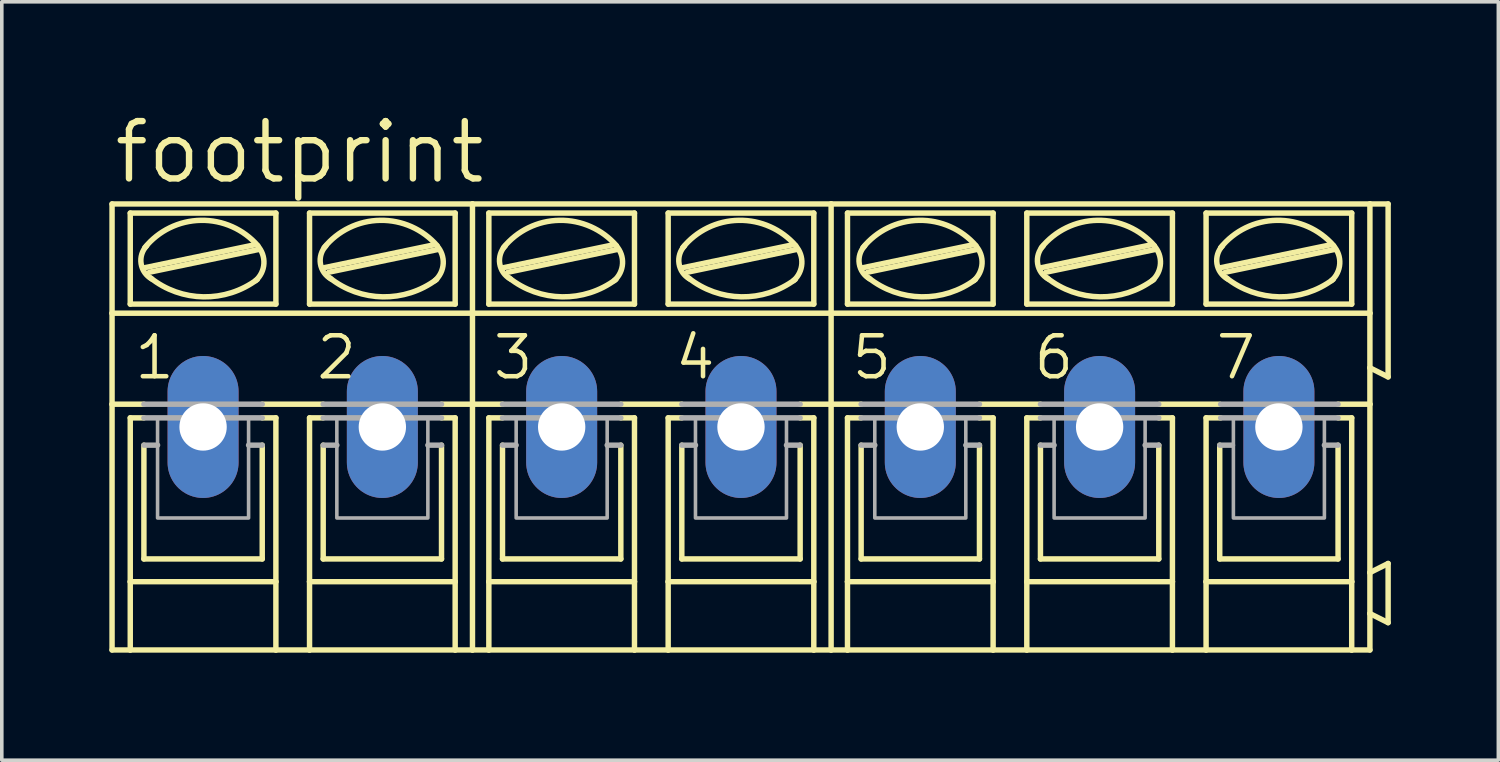
<source format=kicad_pcb>
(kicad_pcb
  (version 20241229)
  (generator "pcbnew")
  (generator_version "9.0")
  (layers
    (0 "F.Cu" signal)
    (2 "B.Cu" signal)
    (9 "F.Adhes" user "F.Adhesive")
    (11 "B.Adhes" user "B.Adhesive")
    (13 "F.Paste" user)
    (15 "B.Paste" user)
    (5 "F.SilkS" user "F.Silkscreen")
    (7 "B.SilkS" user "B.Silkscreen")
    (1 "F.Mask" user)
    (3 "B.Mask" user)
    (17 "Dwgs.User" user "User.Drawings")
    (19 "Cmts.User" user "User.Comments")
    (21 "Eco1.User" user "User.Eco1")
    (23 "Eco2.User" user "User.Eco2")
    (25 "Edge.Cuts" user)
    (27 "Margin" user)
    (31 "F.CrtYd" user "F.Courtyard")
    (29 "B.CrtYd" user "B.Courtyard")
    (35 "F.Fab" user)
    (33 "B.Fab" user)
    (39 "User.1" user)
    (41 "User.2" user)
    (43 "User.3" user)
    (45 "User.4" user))
  (footprint "footprint"
    (layer "F.Cu")
    (at 17.628 8.865)
    (property "Reference" "footprint" (at -17.577 -6.731 0) (layer "F.SilkS") (effects (font (size 1.6 1.6) (thickness 0.178)) (justify left bottom)))
    (fp_line (start -17.551 -6.223) (end -7.493 -6.223) (stroke (width 0.152) (type solid)) (layer "F.SilkS"))
    (fp_line (start -17.551 -3.175) (end -17.551 -6.223) (stroke (width 0.152) (type solid)) (layer "F.SilkS"))
    (fp_line (start -17.551 -3.175) (end -7.493 -3.175) (stroke (width 0.152) (type solid)) (layer "F.SilkS"))
    (fp_line (start -17.551 -0.635) (end -17.551 -3.175) (stroke (width 0.152) (type solid)) (layer "F.SilkS"))
    (fp_line (start -17.551 -0.635) (end -16.662 -0.635) (stroke (width 0.152) (type solid)) (layer "F.SilkS"))
    (fp_line (start -17.551 6.223) (end -17.551 -0.635) (stroke (width 0.152) (type solid)) (layer "F.SilkS"))
    (fp_line (start -17.551 6.223) (end -17.043 6.223) (stroke (width 0.152) (type solid)) (layer "F.SilkS"))
    (fp_line (start -17.043 -3.429) (end -17.043 -5.969) (stroke (width 0.152) (type solid)) (layer "F.SilkS"))
    (fp_line (start -17.043 -0.254) (end -17.043 4.318) (stroke (width 0.152) (type solid)) (layer "F.SilkS"))
    (fp_line (start -17.043 -0.254) (end -16.662 -0.254) (stroke (width 0.152) (type solid)) (layer "F.SilkS"))
    (fp_line (start -17.043 4.318) (end -17.043 6.223) (stroke (width 0.152) (type solid)) (layer "F.SilkS"))
    (fp_line (start -17.043 6.223) (end -12.979 6.223) (stroke (width 0.152) (type solid)) (layer "F.SilkS"))
    (fp_line (start -16.662 3.683) (end -16.662 0.508) (stroke (width 0.152) (type solid)) (layer "F.SilkS"))
    (fp_line (start -16.637 -4.445) (end -13.589 -5.08) (stroke (width 0.152) (type solid)) (layer "F.SilkS"))
    (fp_line (start -16.51 -4.318) (end -13.462 -4.953) (stroke (width 0.152) (type solid)) (layer "F.SilkS"))
    (fp_line (start -13.36 -0.635) (end -11.659 -0.635) (stroke (width 0.152) (type solid)) (layer "F.SilkS"))
    (fp_line (start -13.36 3.683) (end -16.662 3.683) (stroke (width 0.152) (type solid)) (layer "F.SilkS"))
    (fp_line (start -13.36 3.683) (end -13.36 0.508) (stroke (width 0.152) (type solid)) (layer "F.SilkS"))
    (fp_line (start -12.979 -5.969) (end -17.043 -5.969) (stroke (width 0.152) (type solid)) (layer "F.SilkS"))
    (fp_line (start -12.979 -3.429) (end -17.043 -3.429) (stroke (width 0.152) (type solid)) (layer "F.SilkS"))
    (fp_line (start -12.979 -3.429) (end -12.979 -5.969) (stroke (width 0.152) (type solid)) (layer "F.SilkS"))
    (fp_line (start -12.979 -0.254) (end -13.36 -0.254) (stroke (width 0.152) (type solid)) (layer "F.SilkS"))
    (fp_line (start -12.979 4.318) (end -17.043 4.318) (stroke (width 0.152) (type solid)) (layer "F.SilkS"))
    (fp_line (start -12.979 4.318) (end -12.979 -0.254) (stroke (width 0.152) (type solid)) (layer "F.SilkS"))
    (fp_line (start -12.979 6.223) (end -12.979 4.318) (stroke (width 0.152) (type solid)) (layer "F.SilkS"))
    (fp_line (start -12.979 6.223) (end -12.04 6.223) (stroke (width 0.152) (type solid)) (layer "F.SilkS"))
    (fp_line (start -12.04 -5.969) (end -7.976 -5.969) (stroke (width 0.152) (type solid)) (layer "F.SilkS"))
    (fp_line (start -12.04 -3.429) (end -12.04 -5.969) (stroke (width 0.152) (type solid)) (layer "F.SilkS"))
    (fp_line (start -12.04 -0.254) (end -11.659 -0.254) (stroke (width 0.152) (type solid)) (layer "F.SilkS"))
    (fp_line (start -12.04 4.318) (end -12.04 -0.254) (stroke (width 0.152) (type solid)) (layer "F.SilkS"))
    (fp_line (start -12.04 4.318) (end -7.976 4.318) (stroke (width 0.152) (type solid)) (layer "F.SilkS"))
    (fp_line (start -12.04 6.223) (end -12.04 4.318) (stroke (width 0.152) (type solid)) (layer "F.SilkS"))
    (fp_line (start -12.04 6.223) (end -7.976 6.223) (stroke (width 0.152) (type solid)) (layer "F.SilkS"))
    (fp_line (start -11.659 3.683) (end -11.659 0.508) (stroke (width 0.152) (type solid)) (layer "F.SilkS"))
    (fp_line (start -11.633 -4.445) (end -8.585 -5.08) (stroke (width 0.152) (type solid)) (layer "F.SilkS"))
    (fp_line (start -11.506 -4.318) (end -8.458 -4.953) (stroke (width 0.152) (type solid)) (layer "F.SilkS"))
    (fp_line (start -8.357 3.683) (end -11.659 3.683) (stroke (width 0.152) (type solid)) (layer "F.SilkS"))
    (fp_line (start -8.357 3.683) (end -8.357 0.508) (stroke (width 0.152) (type solid)) (layer "F.SilkS"))
    (fp_line (start -7.976 -5.969) (end -7.976 -3.429) (stroke (width 0.152) (type solid)) (layer "F.SilkS"))
    (fp_line (start -7.976 -3.429) (end -12.04 -3.429) (stroke (width 0.152) (type solid)) (layer "F.SilkS"))
    (fp_line (start -7.976 -0.254) (end -8.357 -0.254) (stroke (width 0.152) (type solid)) (layer "F.SilkS"))
    (fp_line (start -7.976 -0.254) (end -7.976 4.318) (stroke (width 0.152) (type solid)) (layer "F.SilkS"))
    (fp_line (start -7.976 4.318) (end -7.976 6.223) (stroke (width 0.152) (type solid)) (layer "F.SilkS"))
    (fp_line (start -7.976 6.223) (end -7.493 6.223) (stroke (width 0.152) (type solid)) (layer "F.SilkS"))
    (fp_line (start -7.493 -3.175) (end -7.493 -6.223) (stroke (width 0.152) (type solid)) (layer "F.SilkS"))
    (fp_line (start -7.493 -3.175) (end 2.515 -3.175) (stroke (width 0.152) (type solid)) (layer "F.SilkS"))
    (fp_line (start -7.493 -0.635) (end -8.357 -0.635) (stroke (width 0.152) (type solid)) (layer "F.SilkS"))
    (fp_line (start -7.493 -0.635) (end -7.493 -3.175) (stroke (width 0.152) (type solid)) (layer "F.SilkS"))
    (fp_line (start -7.493 -0.635) (end -6.655 -0.635) (stroke (width 0.152) (type solid)) (layer "F.SilkS"))
    (fp_line (start -7.493 6.223) (end -7.493 -0.635) (stroke (width 0.152) (type solid)) (layer "F.SilkS"))
    (fp_line (start -7.493 6.223) (end -7.036 6.223) (stroke (width 0.152) (type solid)) (layer "F.SilkS"))
    (fp_line (start -7.036 -3.429) (end -7.036 -5.969) (stroke (width 0.152) (type solid)) (layer "F.SilkS"))
    (fp_line (start -7.036 -0.254) (end -7.036 4.318) (stroke (width 0.152) (type solid)) (layer "F.SilkS"))
    (fp_line (start -7.036 -0.254) (end -6.655 -0.254) (stroke (width 0.152) (type solid)) (layer "F.SilkS"))
    (fp_line (start -7.036 4.318) (end -7.036 6.223) (stroke (width 0.152) (type solid)) (layer "F.SilkS"))
    (fp_line (start -7.036 6.223) (end -2.972 6.223) (stroke (width 0.152) (type solid)) (layer "F.SilkS"))
    (fp_line (start -6.655 3.683) (end -6.655 0.508) (stroke (width 0.152) (type solid)) (layer "F.SilkS"))
    (fp_line (start -6.629 -4.445) (end -3.581 -5.08) (stroke (width 0.152) (type solid)) (layer "F.SilkS"))
    (fp_line (start -6.502 -4.318) (end -3.454 -4.953) (stroke (width 0.152) (type solid)) (layer "F.SilkS"))
    (fp_line (start -3.353 -0.635) (end -1.651 -0.635) (stroke (width 0.152) (type solid)) (layer "F.SilkS"))
    (fp_line (start -3.353 3.683) (end -6.655 3.683) (stroke (width 0.152) (type solid)) (layer "F.SilkS"))
    (fp_line (start -3.353 3.683) (end -3.353 0.508) (stroke (width 0.152) (type solid)) (layer "F.SilkS"))
    (fp_line (start -2.972 -5.969) (end -7.036 -5.969) (stroke (width 0.152) (type solid)) (layer "F.SilkS"))
    (fp_line (start -2.972 -3.429) (end -7.036 -3.429) (stroke (width 0.152) (type solid)) (layer "F.SilkS"))
    (fp_line (start -2.972 -3.429) (end -2.972 -5.969) (stroke (width 0.152) (type solid)) (layer "F.SilkS"))
    (fp_line (start -2.972 -0.254) (end -3.353 -0.254) (stroke (width 0.152) (type solid)) (layer "F.SilkS"))
    (fp_line (start -2.972 4.318) (end -7.036 4.318) (stroke (width 0.152) (type solid)) (layer "F.SilkS"))
    (fp_line (start -2.972 4.318) (end -2.972 -0.254) (stroke (width 0.152) (type solid)) (layer "F.SilkS"))
    (fp_line (start -2.972 6.223) (end -2.972 4.318) (stroke (width 0.152) (type solid)) (layer "F.SilkS"))
    (fp_line (start -2.972 6.223) (end -2.032 6.223) (stroke (width 0.152) (type solid)) (layer "F.SilkS"))
    (fp_line (start -2.032 -5.969) (end 2.032 -5.969) (stroke (width 0.152) (type solid)) (layer "F.SilkS"))
    (fp_line (start -2.032 -3.429) (end -2.032 -5.969) (stroke (width 0.152) (type solid)) (layer "F.SilkS"))
    (fp_line (start -2.032 -0.254) (end -1.651 -0.254) (stroke (width 0.152) (type solid)) (layer "F.SilkS"))
    (fp_line (start -2.032 4.318) (end -2.032 -0.254) (stroke (width 0.152) (type solid)) (layer "F.SilkS"))
    (fp_line (start -2.032 4.318) (end 2.032 4.318) (stroke (width 0.152) (type solid)) (layer "F.SilkS"))
    (fp_line (start -2.032 6.223) (end -2.032 4.318) (stroke (width 0.152) (type solid)) (layer "F.SilkS"))
    (fp_line (start -2.032 6.223) (end 2.032 6.223) (stroke (width 0.152) (type solid)) (layer "F.SilkS"))
    (fp_line (start -1.651 3.683) (end -1.651 0.508) (stroke (width 0.152) (type solid)) (layer "F.SilkS"))
    (fp_line (start -1.626 -4.445) (end 1.422 -5.08) (stroke (width 0.152) (type solid)) (layer "F.SilkS"))
    (fp_line (start -1.499 -4.318) (end 1.549 -4.953) (stroke (width 0.152) (type solid)) (layer "F.SilkS"))
    (fp_line (start 1.651 3.683) (end -1.651 3.683) (stroke (width 0.152) (type solid)) (layer "F.SilkS"))
    (fp_line (start 1.651 3.683) (end 1.651 0.508) (stroke (width 0.152) (type solid)) (layer "F.SilkS"))
    (fp_line (start 2.032 -5.969) (end 2.032 -3.429) (stroke (width 0.152) (type solid)) (layer "F.SilkS"))
    (fp_line (start 2.032 -3.429) (end -2.032 -3.429) (stroke (width 0.152) (type solid)) (layer "F.SilkS"))
    (fp_line (start 2.032 -0.254) (end 1.651 -0.254) (stroke (width 0.152) (type solid)) (layer "F.SilkS"))
    (fp_line (start 2.032 -0.254) (end 2.032 4.318) (stroke (width 0.152) (type solid)) (layer "F.SilkS"))
    (fp_line (start 2.032 4.318) (end 2.032 6.223) (stroke (width 0.152) (type solid)) (layer "F.SilkS"))
    (fp_line (start 2.032 6.223) (end 2.515 6.223) (stroke (width 0.152) (type solid)) (layer "F.SilkS"))
    (fp_line (start 2.515 -6.223) (end -7.493 -6.223) (stroke (width 0.152) (type solid)) (layer "F.SilkS"))
    (fp_line (start 2.515 -3.175) (end 2.515 -6.223) (stroke (width 0.152) (type solid)) (layer "F.SilkS"))
    (fp_line (start 2.515 -3.175) (end 17.551 -3.175) (stroke (width 0.152) (type solid)) (layer "F.SilkS"))
    (fp_line (start 2.515 -0.635) (end 1.651 -0.635) (stroke (width 0.152) (type solid)) (layer "F.SilkS"))
    (fp_line (start 2.515 -0.635) (end 2.515 -3.175) (stroke (width 0.152) (type solid)) (layer "F.SilkS"))
    (fp_line (start 2.515 -0.635) (end 3.353 -0.635) (stroke (width 0.152) (type solid)) (layer "F.SilkS"))
    (fp_line (start 2.515 6.223) (end 2.515 -0.635) (stroke (width 0.152) (type solid)) (layer "F.SilkS"))
    (fp_line (start 2.515 6.223) (end 2.972 6.223) (stroke (width 0.152) (type solid)) (layer "F.SilkS"))
    (fp_line (start 2.972 -3.429) (end 2.972 -5.969) (stroke (width 0.152) (type solid)) (layer "F.SilkS"))
    (fp_line (start 2.972 -0.254) (end 2.972 4.318) (stroke (width 0.152) (type solid)) (layer "F.SilkS"))
    (fp_line (start 2.972 -0.254) (end 3.353 -0.254) (stroke (width 0.152) (type solid)) (layer "F.SilkS"))
    (fp_line (start 2.972 4.318) (end 2.972 6.223) (stroke (width 0.152) (type solid)) (layer "F.SilkS"))
    (fp_line (start 2.972 6.223) (end 7.036 6.223) (stroke (width 0.152) (type solid)) (layer "F.SilkS"))
    (fp_line (start 3.353 3.683) (end 3.353 0.508) (stroke (width 0.152) (type solid)) (layer "F.SilkS"))
    (fp_line (start 3.404 -4.445) (end 6.452 -5.08) (stroke (width 0.152) (type solid)) (layer "F.SilkS"))
    (fp_line (start 3.531 -4.318) (end 6.579 -4.953) (stroke (width 0.152) (type solid)) (layer "F.SilkS"))
    (fp_line (start 6.655 -0.635) (end 8.357 -0.635) (stroke (width 0.152) (type solid)) (layer "F.SilkS"))
    (fp_line (start 6.655 3.683) (end 3.353 3.683) (stroke (width 0.152) (type solid)) (layer "F.SilkS"))
    (fp_line (start 6.655 3.683) (end 6.655 0.508) (stroke (width 0.152) (type solid)) (layer "F.SilkS"))
    (fp_line (start 7.036 -5.969) (end 2.972 -5.969) (stroke (width 0.152) (type solid)) (layer "F.SilkS"))
    (fp_line (start 7.036 -3.429) (end 2.972 -3.429) (stroke (width 0.152) (type solid)) (layer "F.SilkS"))
    (fp_line (start 7.036 -3.429) (end 7.036 -5.969) (stroke (width 0.152) (type solid)) (layer "F.SilkS"))
    (fp_line (start 7.036 -0.254) (end 6.655 -0.254) (stroke (width 0.152) (type solid)) (layer "F.SilkS"))
    (fp_line (start 7.036 4.318) (end 2.972 4.318) (stroke (width 0.152) (type solid)) (layer "F.SilkS"))
    (fp_line (start 7.036 4.318) (end 7.036 -0.254) (stroke (width 0.152) (type solid)) (layer "F.SilkS"))
    (fp_line (start 7.036 6.223) (end 7.036 4.318) (stroke (width 0.152) (type solid)) (layer "F.SilkS"))
    (fp_line (start 7.036 6.223) (end 7.976 6.223) (stroke (width 0.152) (type solid)) (layer "F.SilkS"))
    (fp_line (start 7.976 -5.969) (end 12.04 -5.969) (stroke (width 0.152) (type solid)) (layer "F.SilkS"))
    (fp_line (start 7.976 -3.429) (end 7.976 -5.969) (stroke (width 0.152) (type solid)) (layer "F.SilkS"))
    (fp_line (start 7.976 -0.254) (end 8.357 -0.254) (stroke (width 0.152) (type solid)) (layer "F.SilkS"))
    (fp_line (start 7.976 4.318) (end 7.976 -0.254) (stroke (width 0.152) (type solid)) (layer "F.SilkS"))
    (fp_line (start 7.976 4.318) (end 12.04 4.318) (stroke (width 0.152) (type solid)) (layer "F.SilkS"))
    (fp_line (start 7.976 6.223) (end 7.976 4.318) (stroke (width 0.152) (type solid)) (layer "F.SilkS"))
    (fp_line (start 7.976 6.223) (end 12.04 6.223) (stroke (width 0.152) (type solid)) (layer "F.SilkS"))
    (fp_line (start 8.357 3.683) (end 8.357 0.508) (stroke (width 0.152) (type solid)) (layer "F.SilkS"))
    (fp_line (start 8.382 -4.445) (end 11.43 -5.08) (stroke (width 0.152) (type solid)) (layer "F.SilkS"))
    (fp_line (start 8.509 -4.318) (end 11.557 -4.953) (stroke (width 0.152) (type solid)) (layer "F.SilkS"))
    (fp_line (start 11.659 3.683) (end 8.357 3.683) (stroke (width 0.152) (type solid)) (layer "F.SilkS"))
    (fp_line (start 11.659 3.683) (end 11.659 0.508) (stroke (width 0.152) (type solid)) (layer "F.SilkS"))
    (fp_line (start 11.684 -0.635) (end 13.36 -0.635) (stroke (width 0.152) (type solid)) (layer "F.SilkS"))
    (fp_line (start 12.04 -5.969) (end 12.04 -3.429) (stroke (width 0.152) (type solid)) (layer "F.SilkS"))
    (fp_line (start 12.04 -3.429) (end 7.976 -3.429) (stroke (width 0.152) (type solid)) (layer "F.SilkS"))
    (fp_line (start 12.04 -0.254) (end 11.659 -0.254) (stroke (width 0.152) (type solid)) (layer "F.SilkS"))
    (fp_line (start 12.04 -0.254) (end 12.04 4.318) (stroke (width 0.152) (type solid)) (layer "F.SilkS"))
    (fp_line (start 12.04 4.318) (end 12.04 6.223) (stroke (width 0.152) (type solid)) (layer "F.SilkS"))
    (fp_line (start 12.04 6.223) (end 12.979 6.223) (stroke (width 0.152) (type solid)) (layer "F.SilkS"))
    (fp_line (start 12.979 -5.969) (end 17.043 -5.969) (stroke (width 0.152) (type solid)) (layer "F.SilkS"))
    (fp_line (start 12.979 -3.429) (end 12.979 -5.969) (stroke (width 0.152) (type solid)) (layer "F.SilkS"))
    (fp_line (start 12.979 -0.254) (end 13.386 -0.254) (stroke (width 0.152) (type solid)) (layer "F.SilkS"))
    (fp_line (start 12.979 4.318) (end 12.979 -0.254) (stroke (width 0.152) (type solid)) (layer "F.SilkS"))
    (fp_line (start 12.979 4.318) (end 17.043 4.318) (stroke (width 0.152) (type solid)) (layer "F.SilkS"))
    (fp_line (start 12.979 6.223) (end 12.979 4.318) (stroke (width 0.152) (type solid)) (layer "F.SilkS"))
    (fp_line (start 12.979 6.223) (end 17.043 6.223) (stroke (width 0.152) (type solid)) (layer "F.SilkS"))
    (fp_line (start 13.36 3.683) (end 13.36 0.508) (stroke (width 0.152) (type solid)) (layer "F.SilkS"))
    (fp_line (start 13.386 -4.445) (end 16.434 -5.08) (stroke (width 0.152) (type solid)) (layer "F.SilkS"))
    (fp_line (start 13.513 -4.318) (end 16.561 -4.953) (stroke (width 0.152) (type solid)) (layer "F.SilkS"))
    (fp_line (start 16.662 3.683) (end 13.36 3.683) (stroke (width 0.152) (type solid)) (layer "F.SilkS"))
    (fp_line (start 16.662 3.683) (end 16.662 0.508) (stroke (width 0.152) (type solid)) (layer "F.SilkS"))
    (fp_line (start 17.043 -5.969) (end 17.043 -3.429) (stroke (width 0.152) (type solid)) (layer "F.SilkS"))
    (fp_line (start 17.043 -3.429) (end 12.979 -3.429) (stroke (width 0.152) (type solid)) (layer "F.SilkS"))
    (fp_line (start 17.043 -0.254) (end 16.662 -0.254) (stroke (width 0.152) (type solid)) (layer "F.SilkS"))
    (fp_line (start 17.043 -0.254) (end 17.043 4.318) (stroke (width 0.152) (type solid)) (layer "F.SilkS"))
    (fp_line (start 17.043 4.318) (end 17.043 6.223) (stroke (width 0.152) (type solid)) (layer "F.SilkS"))
    (fp_line (start 17.043 6.223) (end 17.551 6.223) (stroke (width 0.152) (type solid)) (layer "F.SilkS"))
    (fp_line (start 17.551 -6.223) (end 2.515 -6.223) (stroke (width 0.152) (type solid)) (layer "F.SilkS"))
    (fp_line (start 17.551 -6.223) (end 17.551 -3.175) (stroke (width 0.152) (type solid)) (layer "F.SilkS"))
    (fp_line (start 17.551 -6.223) (end 18.059 -6.223) (stroke (width 0.152) (type solid)) (layer "F.SilkS"))
    (fp_line (start 17.551 -3.175) (end 17.551 -1.651) (stroke (width 0.152) (type solid)) (layer "F.SilkS"))
    (fp_line (start 17.551 -1.651) (end 17.551 -0.635) (stroke (width 0.152) (type solid)) (layer "F.SilkS"))
    (fp_line (start 17.551 -0.635) (end 16.662 -0.635) (stroke (width 0.152) (type solid)) (layer "F.SilkS"))
    (fp_line (start 17.551 -0.635) (end 17.551 4.064) (stroke (width 0.152) (type solid)) (layer "F.SilkS"))
    (fp_line (start 17.551 4.064) (end 17.551 5.207) (stroke (width 0.152) (type solid)) (layer "F.SilkS"))
    (fp_line (start 17.551 5.207) (end 17.551 6.223) (stroke (width 0.152) (type solid)) (layer "F.SilkS"))
    (fp_line (start 18.059 -6.223) (end 18.059 -1.397) (stroke (width 0.152) (type solid)) (layer "F.SilkS"))
    (fp_line (start 18.059 -1.397) (end 17.551 -1.651) (stroke (width 0.152) (type solid)) (layer "F.SilkS"))
    (fp_line (start 18.059 3.81) (end 17.551 4.064) (stroke (width 0.152) (type solid)) (layer "F.SilkS"))
    (fp_line (start 18.059 3.81) (end 18.059 5.461) (stroke (width 0.152) (type solid)) (layer "F.SilkS"))
    (fp_line (start 18.059 5.461) (end 17.551 5.207) (stroke (width 0.152) (type solid)) (layer "F.SilkS"))
    (fp_arc (start -16.637 -5.0038) (mid -15.072626 -5.76695) (end -13.482599 -5.058801) (stroke (width 0.1524) (type solid)) (layer "F.SilkS"))
    (fp_arc (start -16.442501 -4.129699) (mid -16.740425 -4.557025) (end -16.5862 -5.0546) (stroke (width 0.1524) (type solid)) (layer "F.SilkS"))
    (fp_arc (start -13.496801 -4.118799) (mid -14.998704 -3.631242) (end -16.4846 -4.1656) (stroke (width 0.1524) (type solid)) (layer "F.SilkS"))
    (fp_arc (start -13.487499 -5.054499) (mid -13.313139 -4.558083) (end -13.5432 -4.0849) (stroke (width 0.1524) (type solid)) (layer "F.SilkS"))
    (fp_arc (start -11.6332 -5.0038) (mid -10.068826 -5.76695) (end -8.478799 -5.058801) (stroke (width 0.1524) (type solid)) (layer "F.SilkS"))
    (fp_arc (start -11.438701 -4.129699) (mid -11.736625 -4.557025) (end -11.5824 -5.0546) (stroke (width 0.1524) (type solid)) (layer "F.SilkS"))
    (fp_arc (start -8.493001 -4.118799) (mid -9.994904 -3.631242) (end -11.4808 -4.1656) (stroke (width 0.1524) (type solid)) (layer "F.SilkS"))
    (fp_arc (start -8.483699 -5.054499) (mid -8.309339 -4.558083) (end -8.5394 -4.0849) (stroke (width 0.1524) (type solid)) (layer "F.SilkS"))
    (fp_arc (start -6.6294 -5.0038) (mid -5.065026 -5.76695) (end -3.474999 -5.058801) (stroke (width 0.1524) (type solid)) (layer "F.SilkS"))
    (fp_arc (start -6.434901 -4.129699) (mid -6.732825 -4.557025) (end -6.5786 -5.0546) (stroke (width 0.1524) (type solid)) (layer "F.SilkS"))
    (fp_arc (start -3.489201 -4.118799) (mid -4.991104 -3.631242) (end -6.477 -4.1656) (stroke (width 0.1524) (type solid)) (layer "F.SilkS"))
    (fp_arc (start -3.479899 -5.054499) (mid -3.305539 -4.558083) (end -3.5356 -4.0849) (stroke (width 0.1524) (type solid)) (layer "F.SilkS"))
    (fp_arc (start -1.6256 -5.0038) (mid -0.061226 -5.76695) (end 1.528801 -5.058801) (stroke (width 0.1524) (type solid)) (layer "F.SilkS"))
    (fp_arc (start -1.431101 -4.129699) (mid -1.729025 -4.557025) (end -1.5748 -5.0546) (stroke (width 0.1524) (type solid)) (layer "F.SilkS"))
    (fp_arc (start 1.5146 -4.118901) (mid 0.012714 -3.631283) (end -1.4732 -4.1656) (stroke (width 0.1524) (type solid)) (layer "F.SilkS"))
    (fp_arc (start 1.5239 -5.0545) (mid 1.69826 -4.558084) (end 1.4682 -4.0849) (stroke (width 0.1524) (type solid)) (layer "F.SilkS"))
    (fp_arc (start 3.4036 -5.0038) (mid 4.96792 -5.766807) (end 6.5578 -5.058598) (stroke (width 0.1524) (type solid)) (layer "F.SilkS"))
    (fp_arc (start 3.598098 -4.1297) (mid 3.300175 -4.557026) (end 3.4544 -5.0546) (stroke (width 0.1524) (type solid)) (layer "F.SilkS"))
    (fp_arc (start 6.5438 -4.118901) (mid 5.041914 -3.631283) (end 3.556 -4.1656) (stroke (width 0.1524) (type solid)) (layer "F.SilkS"))
    (fp_arc (start 6.5531 -5.0545) (mid 6.72746 -4.558084) (end 6.4974 -4.0849) (stroke (width 0.1524) (type solid)) (layer "F.SilkS"))
    (fp_arc (start 8.382 -5.0038) (mid 9.94632 -5.766807) (end 11.5362 -5.058598) (stroke (width 0.1524) (type solid)) (layer "F.SilkS"))
    (fp_arc (start 8.576498 -4.1297) (mid 8.278575 -4.557026) (end 8.4328 -5.0546) (stroke (width 0.1524) (type solid)) (layer "F.SilkS"))
    (fp_arc (start 11.5222 -4.118901) (mid 10.020314 -3.631283) (end 8.5344 -4.1656) (stroke (width 0.1524) (type solid)) (layer "F.SilkS"))
    (fp_arc (start 11.5315 -5.0545) (mid 11.70586 -4.558084) (end 11.4758 -4.0849) (stroke (width 0.1524) (type solid)) (layer "F.SilkS"))
    (fp_arc (start 13.3858 -5.0038) (mid 14.95012 -5.766807) (end 16.54 -5.058598) (stroke (width 0.1524) (type solid)) (layer "F.SilkS"))
    (fp_arc (start 13.580298 -4.1297) (mid 13.282375 -4.557026) (end 13.4366 -5.0546) (stroke (width 0.1524) (type solid)) (layer "F.SilkS"))
    (fp_arc (start 16.526 -4.118901) (mid 15.024114 -3.631283) (end 13.5382 -4.1656) (stroke (width 0.1524) (type solid)) (layer "F.SilkS"))
    (fp_arc (start 16.5353 -5.0545) (mid 16.70966 -4.558084) (end 16.4796 -4.0849) (stroke (width 0.1524) (type solid)) (layer "F.SilkS"))
    (fp_line (start -16.662 -0.635) (end -13.36 -0.635) (stroke (width 0.152) (type solid)) (layer "F.Fab"))
    (fp_line (start -16.662 0.508) (end -16.281 0.508) (stroke (width 0.152) (type solid)) (layer "F.Fab"))
    (fp_line (start -13.36 -0.254) (end -16.662 -0.254) (stroke (width 0.152) (type solid)) (layer "F.Fab"))
    (fp_line (start -13.36 0.508) (end -13.741 0.508) (stroke (width 0.152) (type solid)) (layer "F.Fab"))
    (fp_line (start -11.659 -0.254) (end -8.357 -0.254) (stroke (width 0.152) (type solid)) (layer "F.Fab"))
    (fp_line (start -11.659 0.508) (end -11.278 0.508) (stroke (width 0.152) (type solid)) (layer "F.Fab"))
    (fp_line (start -8.357 -0.635) (end -11.659 -0.635) (stroke (width 0.152) (type solid)) (layer "F.Fab"))
    (fp_line (start -8.357 0.508) (end -8.738 0.508) (stroke (width 0.152) (type solid)) (layer "F.Fab"))
    (fp_line (start -6.655 -0.635) (end -3.353 -0.635) (stroke (width 0.152) (type solid)) (layer "F.Fab"))
    (fp_line (start -6.655 0.508) (end -6.274 0.508) (stroke (width 0.152) (type solid)) (layer "F.Fab"))
    (fp_line (start -3.353 -0.254) (end -6.655 -0.254) (stroke (width 0.152) (type solid)) (layer "F.Fab"))
    (fp_line (start -3.353 0.508) (end -3.734 0.508) (stroke (width 0.152) (type solid)) (layer "F.Fab"))
    (fp_line (start -1.651 -0.254) (end 1.651 -0.254) (stroke (width 0.152) (type solid)) (layer "F.Fab"))
    (fp_line (start -1.651 0.508) (end -1.27 0.508) (stroke (width 0.152) (type solid)) (layer "F.Fab"))
    (fp_line (start 1.651 -0.635) (end -1.651 -0.635) (stroke (width 0.152) (type solid)) (layer "F.Fab"))
    (fp_line (start 1.651 0.508) (end 1.27 0.508) (stroke (width 0.152) (type solid)) (layer "F.Fab"))
    (fp_line (start 3.353 -0.635) (end 6.655 -0.635) (stroke (width 0.152) (type solid)) (layer "F.Fab"))
    (fp_line (start 3.353 0.508) (end 3.734 0.508) (stroke (width 0.152) (type solid)) (layer "F.Fab"))
    (fp_line (start 6.655 -0.254) (end 3.353 -0.254) (stroke (width 0.152) (type solid)) (layer "F.Fab"))
    (fp_line (start 6.655 0.508) (end 6.274 0.508) (stroke (width 0.152) (type solid)) (layer "F.Fab"))
    (fp_line (start 8.357 -0.254) (end 11.659 -0.254) (stroke (width 0.152) (type solid)) (layer "F.Fab"))
    (fp_line (start 8.357 0.508) (end 8.738 0.508) (stroke (width 0.152) (type solid)) (layer "F.Fab"))
    (fp_line (start 11.659 -0.635) (end 8.357 -0.635) (stroke (width 0.152) (type solid)) (layer "F.Fab"))
    (fp_line (start 11.659 0.508) (end 11.278 0.508) (stroke (width 0.152) (type solid)) (layer "F.Fab"))
    (fp_line (start 13.36 0.508) (end 13.716 0.508) (stroke (width 0.152) (type solid)) (layer "F.Fab"))
    (fp_line (start 13.386 -0.254) (end 16.662 -0.254) (stroke (width 0.152) (type solid)) (layer "F.Fab"))
    (fp_line (start 16.662 -0.635) (end 13.386 -0.635) (stroke (width 0.152) (type solid)) (layer "F.Fab"))
    (fp_line (start 16.662 0.508) (end 16.281 0.508) (stroke (width 0.152) (type solid)) (layer "F.Fab"))
    (fp_poly (pts (xy -16.281 2.54) (xy -13.741 2.54) (xy -13.741 -0.254) (xy -16.281 -0.254)) (stroke (width 0.1) (type solid)) (fill no) (layer "F.Fab"))
    (fp_poly (pts (xy -11.278 2.54) (xy -8.738 2.54) (xy -8.738 -0.254) (xy -11.278 -0.254)) (stroke (width 0.1) (type solid)) (fill no) (layer "F.Fab"))
    (fp_poly (pts (xy -6.274 2.54) (xy -3.734 2.54) (xy -3.734 -0.254) (xy -6.274 -0.254)) (stroke (width 0.1) (type solid)) (fill no) (layer "F.Fab"))
    (fp_poly (pts (xy -1.27 2.54) (xy 1.27 2.54) (xy 1.27 -0.254) (xy -1.27 -0.254)) (stroke (width 0.1) (type solid)) (fill no) (layer "F.Fab"))
    (fp_poly (pts (xy 3.734 2.54) (xy 6.274 2.54) (xy 6.274 -0.254) (xy 3.734 -0.254)) (stroke (width 0.1) (type solid)) (fill no) (layer "F.Fab"))
    (fp_poly (pts (xy 8.738 2.54) (xy 11.278 2.54) (xy 11.278 -0.254) (xy 8.738 -0.254)) (stroke (width 0.1) (type solid)) (fill no) (layer "F.Fab"))
    (fp_poly (pts (xy 13.741 2.54) (xy 16.281 2.54) (xy 16.281 -0.254) (xy 13.741 -0.254)) (stroke (width 0.1) (type solid)) (fill no) (layer "F.Fab"))
    (fp_text user "5" (at 3.023 -1.27 0) (layer "F.SilkS") (effects (font (size 1.143 1.143) (thickness 0.127)) (justify left bottom)))
    (fp_text user "1" (at -16.993 -1.27 0) (layer "F.SilkS") (effects (font (size 1.143 1.143) (thickness 0.127)) (justify left bottom)))
    (fp_text user "2" (at -11.913 -1.27 0) (layer "F.SilkS") (effects (font (size 1.143 1.143) (thickness 0.127)) (justify left bottom)))
    (fp_text user "4" (at -1.905 -1.27 0) (layer "F.SilkS") (effects (font (size 1.143 1.143) (thickness 0.127)) (justify left bottom)))
    (fp_text user "6" (at 8.103 -1.27 0) (layer "F.SilkS") (effects (font (size 1.143 1.143) (thickness 0.127)) (justify left bottom)))
    (fp_text user "7" (at 13.183 -1.27 0) (layer "F.SilkS") (effects (font (size 1.143 1.143) (thickness 0.127)) (justify left bottom)))
    (fp_text user "3" (at -6.985 -1.27 0) (layer "F.SilkS") (effects (font (size 1.143 1.143) (thickness 0.127)) (justify left bottom)))
    (pad "1" thru_hole oval (at -15.011 0 90) (size 3.962 1.981) (drill 1.321) (layers "*.Cu" "*.Mask"))
    (pad "2" thru_hole oval (at -10.008 0 90) (size 3.962 1.981) (drill 1.321) (layers "*.Cu" "*.Mask"))
    (pad "3" thru_hole oval (at -5.004 0 90) (size 3.962 1.981) (drill 1.321) (layers "*.Cu" "*.Mask"))
    (pad "4" thru_hole oval (at 0 0 90) (size 3.962 1.981) (drill 1.321) (layers "*.Cu" "*.Mask"))
    (pad "5" thru_hole oval (at 5.004 0 90) (size 3.962 1.981) (drill 1.321) (layers "*.Cu" "*.Mask"))
    (pad "6" thru_hole oval (at 10.008 0 90) (size 3.962 1.981) (drill 1.321) (layers "*.Cu" "*.Mask"))
    (pad "7" thru_hole oval (at 15.011 0 90) (size 3.962 1.981) (drill 1.321) (layers "*.Cu" "*.Mask")))
  (gr_rect
    (start -3 -3)
    (end 38.763 18.164)
    (stroke (width 0.1) (type default))
    (fill no)
    (layer "Edge.Cuts")))
</source>
